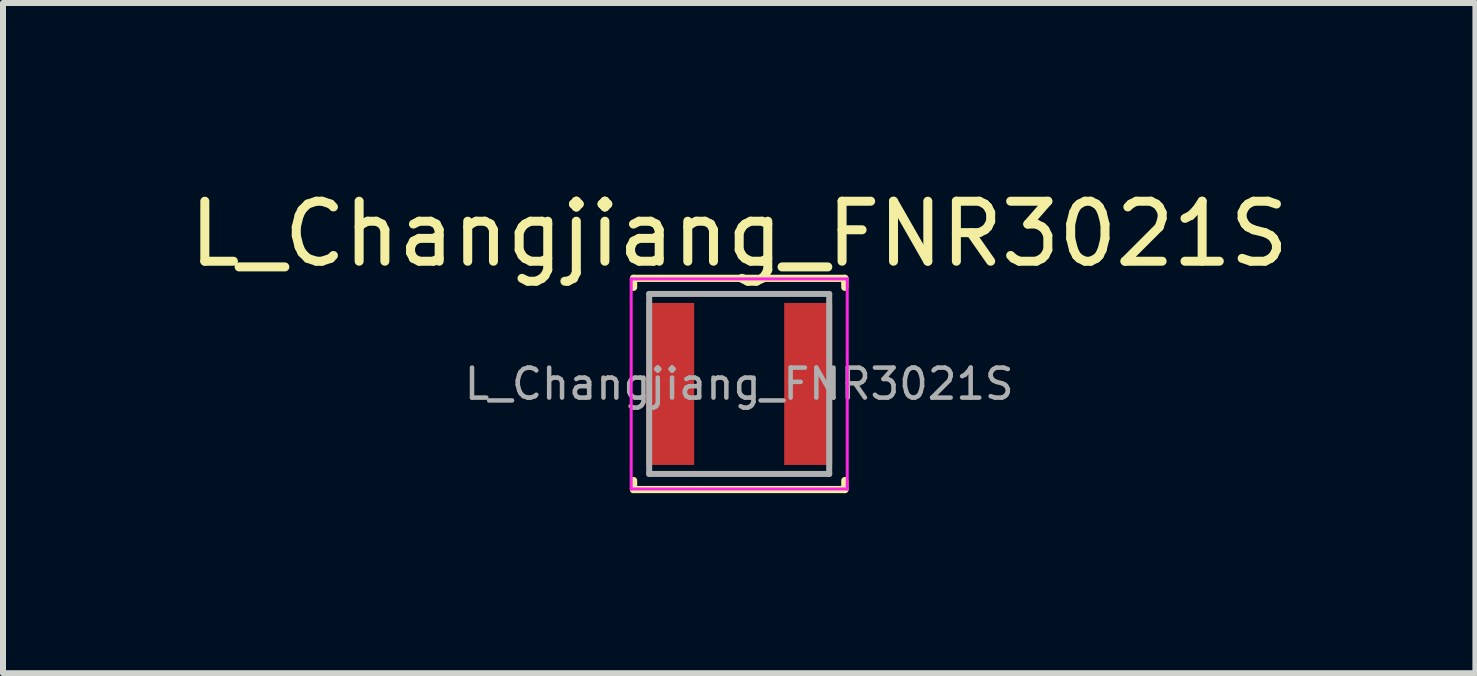
<source format=kicad_pcb>
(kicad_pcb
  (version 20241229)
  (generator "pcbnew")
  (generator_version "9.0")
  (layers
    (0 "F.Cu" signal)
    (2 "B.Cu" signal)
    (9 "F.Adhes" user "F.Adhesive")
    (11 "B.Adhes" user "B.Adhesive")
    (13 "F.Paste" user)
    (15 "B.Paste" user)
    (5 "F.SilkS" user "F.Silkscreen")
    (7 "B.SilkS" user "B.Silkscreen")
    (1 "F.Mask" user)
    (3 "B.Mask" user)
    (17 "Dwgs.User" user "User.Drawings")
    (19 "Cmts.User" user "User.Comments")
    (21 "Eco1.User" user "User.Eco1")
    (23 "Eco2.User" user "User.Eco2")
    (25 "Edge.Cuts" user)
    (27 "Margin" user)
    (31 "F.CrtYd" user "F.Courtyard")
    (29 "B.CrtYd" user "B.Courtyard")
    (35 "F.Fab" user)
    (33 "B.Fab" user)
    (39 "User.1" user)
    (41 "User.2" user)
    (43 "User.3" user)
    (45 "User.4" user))
  (footprint "L_Changjiang_FNR3021S"
    (layer "F.Cu")
    (at 9.268 3.348)
    (property "Reference" "L_Changjiang_FNR3021S" (at 0 -2.5 0) (layer "F.SilkS") (effects (font (size 1 1) (thickness 0.15))))
    (attr smd)
    (fp_line (start -1.76 -1.76) (end -1.76 -1.61) (stroke (width 0.12) (type solid)) (layer "F.SilkS"))
    (fp_line (start -1.76 -1.76) (end 1.76 -1.76) (stroke (width 0.12) (type solid)) (layer "F.SilkS"))
    (fp_line (start -1.76 1.76) (end -1.76 1.61) (stroke (width 0.12) (type solid)) (layer "F.SilkS"))
    (fp_line (start -1.76 1.76) (end 1.76 1.76) (stroke (width 0.12) (type solid)) (layer "F.SilkS"))
    (fp_line (start 1.76 -1.76) (end 1.76 -1.61) (stroke (width 0.12) (type solid)) (layer "F.SilkS"))
    (fp_line (start 1.76 1.76) (end 1.76 1.61) (stroke (width 0.12) (type solid)) (layer "F.SilkS"))
    (fp_line (start -1.8 -1.75) (end -1.8 1.75) (stroke (width 0.05) (type solid)) (layer "F.CrtYd"))
    (fp_line (start -1.8 1.75) (end 1.8 1.75) (stroke (width 0.05) (type solid)) (layer "F.CrtYd"))
    (fp_line (start 1.8 -1.75) (end -1.8 -1.75) (stroke (width 0.05) (type solid)) (layer "F.CrtYd"))
    (fp_line (start 1.8 1.75) (end 1.8 -1.75) (stroke (width 0.05) (type solid)) (layer "F.CrtYd"))
    (fp_line (start -1.5 -1.5) (end -1.5 1.5) (stroke (width 0.1) (type solid)) (layer "F.Fab"))
    (fp_line (start -1.5 1.5) (end 1.5 1.5) (stroke (width 0.1) (type solid)) (layer "F.Fab"))
    (fp_line (start 1.5 -1.5) (end -1.5 -1.5) (stroke (width 0.1) (type solid)) (layer "F.Fab"))
    (fp_line (start 1.5 1.5) (end 1.5 -1.5) (stroke (width 0.1) (type solid)) (layer "F.Fab"))
    (fp_text user "${REFERENCE}" (at 0 0 0) (layer "F.Fab") (effects (font (size 0.5 0.5) (thickness 0.075))))
    (pad "1" smd rect (at -1.15 0) (size 0.8 2.7) (layers "F.Cu" "F.Mask" "F.Paste"))
    (pad "2" smd rect (at 1.15 0) (size 0.8 2.7) (layers "F.Cu" "F.Mask" "F.Paste")))
  (gr_rect
    (start -3 -3)
    (end 21.536 8.168)
    (stroke (width 0.1) (type default))
    (fill no)
    (layer "Edge.Cuts")))
</source>
